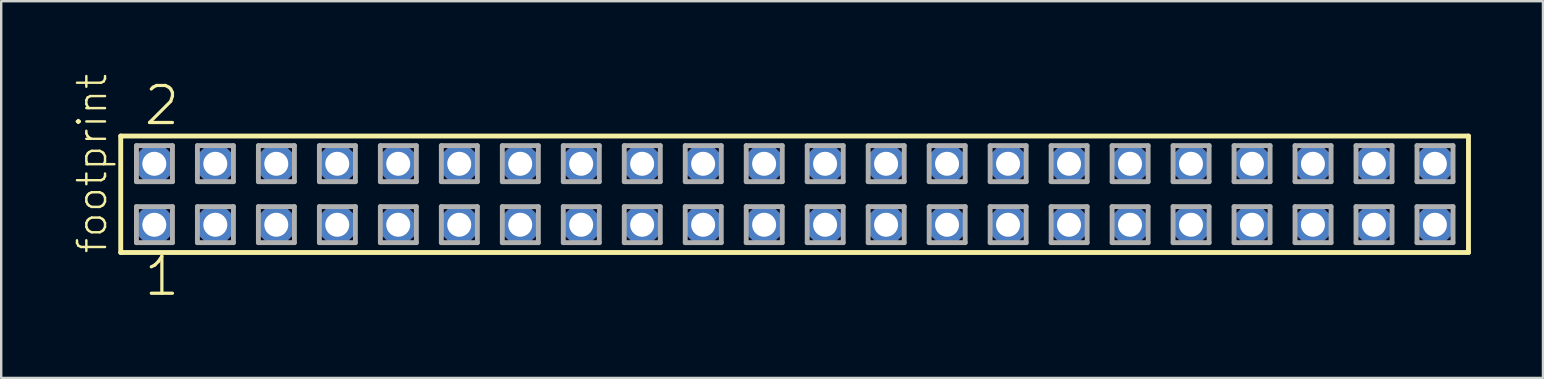
<source format=kicad_pcb>
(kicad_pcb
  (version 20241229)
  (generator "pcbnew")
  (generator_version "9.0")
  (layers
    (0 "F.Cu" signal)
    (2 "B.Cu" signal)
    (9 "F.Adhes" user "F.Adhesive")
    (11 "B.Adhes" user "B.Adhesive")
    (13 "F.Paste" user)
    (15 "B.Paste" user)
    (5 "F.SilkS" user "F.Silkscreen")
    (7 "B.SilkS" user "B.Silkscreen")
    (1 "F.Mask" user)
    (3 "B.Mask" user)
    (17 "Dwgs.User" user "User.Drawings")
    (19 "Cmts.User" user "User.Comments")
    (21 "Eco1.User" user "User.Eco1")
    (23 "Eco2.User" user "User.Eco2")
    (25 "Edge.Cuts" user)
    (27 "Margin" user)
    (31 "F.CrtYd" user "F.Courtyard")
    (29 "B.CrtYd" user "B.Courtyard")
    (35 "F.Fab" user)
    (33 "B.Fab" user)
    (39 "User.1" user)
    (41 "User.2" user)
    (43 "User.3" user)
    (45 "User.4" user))
  (footprint "footprint"
    (layer "F.Cu")
    (at 30.048 5.042)
    (property "Reference" "footprint" (at -28.575 2.54 90) (layer "F.SilkS") (effects (font (size 1.168 1.168) (thickness 0.102)) (justify left bottom)))
    (fp_line (start -28.069 -2.425) (end 28.069 -2.425) (stroke (width 0.203) (type solid)) (layer "F.SilkS"))
    (fp_line (start -28.069 2.425) (end -28.069 -2.425) (stroke (width 0.203) (type solid)) (layer "F.SilkS"))
    (fp_line (start 28.069 -2.425) (end 28.069 2.425) (stroke (width 0.203) (type solid)) (layer "F.SilkS"))
    (fp_line (start 28.069 2.425) (end -28.069 2.425) (stroke (width 0.203) (type solid)) (layer "F.SilkS"))
    (fp_line (start -27.415 -2.025) (end -25.915 -2.025) (stroke (width 0.203) (type solid)) (layer "F.Fab"))
    (fp_line (start -27.415 -0.525) (end -27.415 -2.025) (stroke (width 0.203) (type solid)) (layer "F.Fab"))
    (fp_line (start -27.415 0.515) (end -25.915 0.515) (stroke (width 0.203) (type solid)) (layer "F.Fab"))
    (fp_line (start -27.415 2.015) (end -27.415 0.515) (stroke (width 0.203) (type solid)) (layer "F.Fab"))
    (fp_line (start -25.915 -2.025) (end -25.915 -0.525) (stroke (width 0.203) (type solid)) (layer "F.Fab"))
    (fp_line (start -25.915 -0.525) (end -27.415 -0.525) (stroke (width 0.203) (type solid)) (layer "F.Fab"))
    (fp_line (start -25.915 0.515) (end -25.915 2.015) (stroke (width 0.203) (type solid)) (layer "F.Fab"))
    (fp_line (start -25.915 2.015) (end -27.415 2.015) (stroke (width 0.203) (type solid)) (layer "F.Fab"))
    (fp_line (start -24.875 -2.025) (end -23.375 -2.025) (stroke (width 0.203) (type solid)) (layer "F.Fab"))
    (fp_line (start -24.875 -0.525) (end -24.875 -2.025) (stroke (width 0.203) (type solid)) (layer "F.Fab"))
    (fp_line (start -24.875 0.515) (end -23.375 0.515) (stroke (width 0.203) (type solid)) (layer "F.Fab"))
    (fp_line (start -24.875 2.015) (end -24.875 0.515) (stroke (width 0.203) (type solid)) (layer "F.Fab"))
    (fp_line (start -23.375 -2.025) (end -23.375 -0.525) (stroke (width 0.203) (type solid)) (layer "F.Fab"))
    (fp_line (start -23.375 -0.525) (end -24.875 -0.525) (stroke (width 0.203) (type solid)) (layer "F.Fab"))
    (fp_line (start -23.375 0.515) (end -23.375 2.015) (stroke (width 0.203) (type solid)) (layer "F.Fab"))
    (fp_line (start -23.375 2.015) (end -24.875 2.015) (stroke (width 0.203) (type solid)) (layer "F.Fab"))
    (fp_line (start -22.335 -2.025) (end -20.835 -2.025) (stroke (width 0.203) (type solid)) (layer "F.Fab"))
    (fp_line (start -22.335 -0.525) (end -22.335 -2.025) (stroke (width 0.203) (type solid)) (layer "F.Fab"))
    (fp_line (start -22.335 0.515) (end -20.835 0.515) (stroke (width 0.203) (type solid)) (layer "F.Fab"))
    (fp_line (start -22.335 2.015) (end -22.335 0.515) (stroke (width 0.203) (type solid)) (layer "F.Fab"))
    (fp_line (start -20.835 -2.025) (end -20.835 -0.525) (stroke (width 0.203) (type solid)) (layer "F.Fab"))
    (fp_line (start -20.835 -0.525) (end -22.335 -0.525) (stroke (width 0.203) (type solid)) (layer "F.Fab"))
    (fp_line (start -20.835 0.515) (end -20.835 2.015) (stroke (width 0.203) (type solid)) (layer "F.Fab"))
    (fp_line (start -20.835 2.015) (end -22.335 2.015) (stroke (width 0.203) (type solid)) (layer "F.Fab"))
    (fp_line (start -19.795 -2.025) (end -18.295 -2.025) (stroke (width 0.203) (type solid)) (layer "F.Fab"))
    (fp_line (start -19.795 -0.525) (end -19.795 -2.025) (stroke (width 0.203) (type solid)) (layer "F.Fab"))
    (fp_line (start -19.795 0.515) (end -18.295 0.515) (stroke (width 0.203) (type solid)) (layer "F.Fab"))
    (fp_line (start -19.795 2.015) (end -19.795 0.515) (stroke (width 0.203) (type solid)) (layer "F.Fab"))
    (fp_line (start -18.295 -2.025) (end -18.295 -0.525) (stroke (width 0.203) (type solid)) (layer "F.Fab"))
    (fp_line (start -18.295 -0.525) (end -19.795 -0.525) (stroke (width 0.203) (type solid)) (layer "F.Fab"))
    (fp_line (start -18.295 0.515) (end -18.295 2.015) (stroke (width 0.203) (type solid)) (layer "F.Fab"))
    (fp_line (start -18.295 2.015) (end -19.795 2.015) (stroke (width 0.203) (type solid)) (layer "F.Fab"))
    (fp_line (start -17.255 -2.025) (end -15.755 -2.025) (stroke (width 0.203) (type solid)) (layer "F.Fab"))
    (fp_line (start -17.255 -0.525) (end -17.255 -2.025) (stroke (width 0.203) (type solid)) (layer "F.Fab"))
    (fp_line (start -17.255 0.515) (end -15.755 0.515) (stroke (width 0.203) (type solid)) (layer "F.Fab"))
    (fp_line (start -17.255 2.015) (end -17.255 0.515) (stroke (width 0.203) (type solid)) (layer "F.Fab"))
    (fp_line (start -15.755 -2.025) (end -15.755 -0.525) (stroke (width 0.203) (type solid)) (layer "F.Fab"))
    (fp_line (start -15.755 -0.525) (end -17.255 -0.525) (stroke (width 0.203) (type solid)) (layer "F.Fab"))
    (fp_line (start -15.755 0.515) (end -15.755 2.015) (stroke (width 0.203) (type solid)) (layer "F.Fab"))
    (fp_line (start -15.755 2.015) (end -17.255 2.015) (stroke (width 0.203) (type solid)) (layer "F.Fab"))
    (fp_line (start -14.715 -2.025) (end -13.215 -2.025) (stroke (width 0.203) (type solid)) (layer "F.Fab"))
    (fp_line (start -14.715 -0.525) (end -14.715 -2.025) (stroke (width 0.203) (type solid)) (layer "F.Fab"))
    (fp_line (start -14.715 0.515) (end -13.215 0.515) (stroke (width 0.203) (type solid)) (layer "F.Fab"))
    (fp_line (start -14.715 2.015) (end -14.715 0.515) (stroke (width 0.203) (type solid)) (layer "F.Fab"))
    (fp_line (start -13.215 -2.025) (end -13.215 -0.525) (stroke (width 0.203) (type solid)) (layer "F.Fab"))
    (fp_line (start -13.215 -0.525) (end -14.715 -0.525) (stroke (width 0.203) (type solid)) (layer "F.Fab"))
    (fp_line (start -13.215 0.515) (end -13.215 2.015) (stroke (width 0.203) (type solid)) (layer "F.Fab"))
    (fp_line (start -13.215 2.015) (end -14.715 2.015) (stroke (width 0.203) (type solid)) (layer "F.Fab"))
    (fp_line (start -12.175 -2.025) (end -10.675 -2.025) (stroke (width 0.203) (type solid)) (layer "F.Fab"))
    (fp_line (start -12.175 -0.525) (end -12.175 -2.025) (stroke (width 0.203) (type solid)) (layer "F.Fab"))
    (fp_line (start -12.175 0.515) (end -10.675 0.515) (stroke (width 0.203) (type solid)) (layer "F.Fab"))
    (fp_line (start -12.175 2.015) (end -12.175 0.515) (stroke (width 0.203) (type solid)) (layer "F.Fab"))
    (fp_line (start -10.675 -2.025) (end -10.675 -0.525) (stroke (width 0.203) (type solid)) (layer "F.Fab"))
    (fp_line (start -10.675 -0.525) (end -12.175 -0.525) (stroke (width 0.203) (type solid)) (layer "F.Fab"))
    (fp_line (start -10.675 0.515) (end -10.675 2.015) (stroke (width 0.203) (type solid)) (layer "F.Fab"))
    (fp_line (start -10.675 2.015) (end -12.175 2.015) (stroke (width 0.203) (type solid)) (layer "F.Fab"))
    (fp_line (start -9.635 -2.025) (end -8.135 -2.025) (stroke (width 0.203) (type solid)) (layer "F.Fab"))
    (fp_line (start -9.635 -0.525) (end -9.635 -2.025) (stroke (width 0.203) (type solid)) (layer "F.Fab"))
    (fp_line (start -9.635 0.515) (end -8.135 0.515) (stroke (width 0.203) (type solid)) (layer "F.Fab"))
    (fp_line (start -9.635 2.015) (end -9.635 0.515) (stroke (width 0.203) (type solid)) (layer "F.Fab"))
    (fp_line (start -8.135 -2.025) (end -8.135 -0.525) (stroke (width 0.203) (type solid)) (layer "F.Fab"))
    (fp_line (start -8.135 -0.525) (end -9.635 -0.525) (stroke (width 0.203) (type solid)) (layer "F.Fab"))
    (fp_line (start -8.135 0.515) (end -8.135 2.015) (stroke (width 0.203) (type solid)) (layer "F.Fab"))
    (fp_line (start -8.135 2.015) (end -9.635 2.015) (stroke (width 0.203) (type solid)) (layer "F.Fab"))
    (fp_line (start -7.095 -2.025) (end -5.595 -2.025) (stroke (width 0.203) (type solid)) (layer "F.Fab"))
    (fp_line (start -7.095 -0.525) (end -7.095 -2.025) (stroke (width 0.203) (type solid)) (layer "F.Fab"))
    (fp_line (start -7.095 0.515) (end -5.595 0.515) (stroke (width 0.203) (type solid)) (layer "F.Fab"))
    (fp_line (start -7.095 2.015) (end -7.095 0.515) (stroke (width 0.203) (type solid)) (layer "F.Fab"))
    (fp_line (start -5.595 -2.025) (end -5.595 -0.525) (stroke (width 0.203) (type solid)) (layer "F.Fab"))
    (fp_line (start -5.595 -0.525) (end -7.095 -0.525) (stroke (width 0.203) (type solid)) (layer "F.Fab"))
    (fp_line (start -5.595 0.515) (end -5.595 2.015) (stroke (width 0.203) (type solid)) (layer "F.Fab"))
    (fp_line (start -5.595 2.015) (end -7.095 2.015) (stroke (width 0.203) (type solid)) (layer "F.Fab"))
    (fp_line (start -4.555 -2.025) (end -3.055 -2.025) (stroke (width 0.203) (type solid)) (layer "F.Fab"))
    (fp_line (start -4.555 -0.525) (end -4.555 -2.025) (stroke (width 0.203) (type solid)) (layer "F.Fab"))
    (fp_line (start -4.555 0.515) (end -3.055 0.515) (stroke (width 0.203) (type solid)) (layer "F.Fab"))
    (fp_line (start -4.555 2.015) (end -4.555 0.515) (stroke (width 0.203) (type solid)) (layer "F.Fab"))
    (fp_line (start -3.055 -2.025) (end -3.055 -0.525) (stroke (width 0.203) (type solid)) (layer "F.Fab"))
    (fp_line (start -3.055 -0.525) (end -4.555 -0.525) (stroke (width 0.203) (type solid)) (layer "F.Fab"))
    (fp_line (start -3.055 0.515) (end -3.055 2.015) (stroke (width 0.203) (type solid)) (layer "F.Fab"))
    (fp_line (start -3.055 2.015) (end -4.555 2.015) (stroke (width 0.203) (type solid)) (layer "F.Fab"))
    (fp_line (start -2.015 -2.025) (end -0.515 -2.025) (stroke (width 0.203) (type solid)) (layer "F.Fab"))
    (fp_line (start -2.015 -0.525) (end -2.015 -2.025) (stroke (width 0.203) (type solid)) (layer "F.Fab"))
    (fp_line (start -2.015 0.515) (end -0.515 0.515) (stroke (width 0.203) (type solid)) (layer "F.Fab"))
    (fp_line (start -2.015 2.015) (end -2.015 0.515) (stroke (width 0.203) (type solid)) (layer "F.Fab"))
    (fp_line (start -0.515 -2.025) (end -0.515 -0.525) (stroke (width 0.203) (type solid)) (layer "F.Fab"))
    (fp_line (start -0.515 -0.525) (end -2.015 -0.525) (stroke (width 0.203) (type solid)) (layer "F.Fab"))
    (fp_line (start -0.515 0.515) (end -0.515 2.015) (stroke (width 0.203) (type solid)) (layer "F.Fab"))
    (fp_line (start -0.515 2.015) (end -2.015 2.015) (stroke (width 0.203) (type solid)) (layer "F.Fab"))
    (fp_line (start 0.525 -2.025) (end 2.025 -2.025) (stroke (width 0.203) (type solid)) (layer "F.Fab"))
    (fp_line (start 0.525 -0.525) (end 0.525 -2.025) (stroke (width 0.203) (type solid)) (layer "F.Fab"))
    (fp_line (start 0.525 0.515) (end 2.025 0.515) (stroke (width 0.203) (type solid)) (layer "F.Fab"))
    (fp_line (start 0.525 2.015) (end 0.525 0.515) (stroke (width 0.203) (type solid)) (layer "F.Fab"))
    (fp_line (start 2.025 -2.025) (end 2.025 -0.525) (stroke (width 0.203) (type solid)) (layer "F.Fab"))
    (fp_line (start 2.025 -0.525) (end 0.525 -0.525) (stroke (width 0.203) (type solid)) (layer "F.Fab"))
    (fp_line (start 2.025 0.515) (end 2.025 2.015) (stroke (width 0.203) (type solid)) (layer "F.Fab"))
    (fp_line (start 2.025 2.015) (end 0.525 2.015) (stroke (width 0.203) (type solid)) (layer "F.Fab"))
    (fp_line (start 3.065 -2.025) (end 4.565 -2.025) (stroke (width 0.203) (type solid)) (layer "F.Fab"))
    (fp_line (start 3.065 -0.525) (end 3.065 -2.025) (stroke (width 0.203) (type solid)) (layer "F.Fab"))
    (fp_line (start 3.065 0.515) (end 4.565 0.515) (stroke (width 0.203) (type solid)) (layer "F.Fab"))
    (fp_line (start 3.065 2.015) (end 3.065 0.515) (stroke (width 0.203) (type solid)) (layer "F.Fab"))
    (fp_line (start 4.565 -2.025) (end 4.565 -0.525) (stroke (width 0.203) (type solid)) (layer "F.Fab"))
    (fp_line (start 4.565 -0.525) (end 3.065 -0.525) (stroke (width 0.203) (type solid)) (layer "F.Fab"))
    (fp_line (start 4.565 0.515) (end 4.565 2.015) (stroke (width 0.203) (type solid)) (layer "F.Fab"))
    (fp_line (start 4.565 2.015) (end 3.065 2.015) (stroke (width 0.203) (type solid)) (layer "F.Fab"))
    (fp_line (start 5.605 -2.025) (end 7.105 -2.025) (stroke (width 0.203) (type solid)) (layer "F.Fab"))
    (fp_line (start 5.605 -0.525) (end 5.605 -2.025) (stroke (width 0.203) (type solid)) (layer "F.Fab"))
    (fp_line (start 5.605 0.515) (end 7.105 0.515) (stroke (width 0.203) (type solid)) (layer "F.Fab"))
    (fp_line (start 5.605 2.015) (end 5.605 0.515) (stroke (width 0.203) (type solid)) (layer "F.Fab"))
    (fp_line (start 7.105 -2.025) (end 7.105 -0.525) (stroke (width 0.203) (type solid)) (layer "F.Fab"))
    (fp_line (start 7.105 -0.525) (end 5.605 -0.525) (stroke (width 0.203) (type solid)) (layer "F.Fab"))
    (fp_line (start 7.105 0.515) (end 7.105 2.015) (stroke (width 0.203) (type solid)) (layer "F.Fab"))
    (fp_line (start 7.105 2.015) (end 5.605 2.015) (stroke (width 0.203) (type solid)) (layer "F.Fab"))
    (fp_line (start 8.145 -2.025) (end 9.645 -2.025) (stroke (width 0.203) (type solid)) (layer "F.Fab"))
    (fp_line (start 8.145 -0.525) (end 8.145 -2.025) (stroke (width 0.203) (type solid)) (layer "F.Fab"))
    (fp_line (start 8.145 0.515) (end 9.645 0.515) (stroke (width 0.203) (type solid)) (layer "F.Fab"))
    (fp_line (start 8.145 2.015) (end 8.145 0.515) (stroke (width 0.203) (type solid)) (layer "F.Fab"))
    (fp_line (start 9.645 -2.025) (end 9.645 -0.525) (stroke (width 0.203) (type solid)) (layer "F.Fab"))
    (fp_line (start 9.645 -0.525) (end 8.145 -0.525) (stroke (width 0.203) (type solid)) (layer "F.Fab"))
    (fp_line (start 9.645 0.515) (end 9.645 2.015) (stroke (width 0.203) (type solid)) (layer "F.Fab"))
    (fp_line (start 9.645 2.015) (end 8.145 2.015) (stroke (width 0.203) (type solid)) (layer "F.Fab"))
    (fp_line (start 10.685 -2.025) (end 12.185 -2.025) (stroke (width 0.203) (type solid)) (layer "F.Fab"))
    (fp_line (start 10.685 -0.525) (end 10.685 -2.025) (stroke (width 0.203) (type solid)) (layer "F.Fab"))
    (fp_line (start 10.685 0.515) (end 12.185 0.515) (stroke (width 0.203) (type solid)) (layer "F.Fab"))
    (fp_line (start 10.685 2.015) (end 10.685 0.515) (stroke (width 0.203) (type solid)) (layer "F.Fab"))
    (fp_line (start 12.185 -2.025) (end 12.185 -0.525) (stroke (width 0.203) (type solid)) (layer "F.Fab"))
    (fp_line (start 12.185 -0.525) (end 10.685 -0.525) (stroke (width 0.203) (type solid)) (layer "F.Fab"))
    (fp_line (start 12.185 0.515) (end 12.185 2.015) (stroke (width 0.203) (type solid)) (layer "F.Fab"))
    (fp_line (start 12.185 2.015) (end 10.685 2.015) (stroke (width 0.203) (type solid)) (layer "F.Fab"))
    (fp_line (start 13.225 -2.025) (end 14.725 -2.025) (stroke (width 0.203) (type solid)) (layer "F.Fab"))
    (fp_line (start 13.225 -0.525) (end 13.225 -2.025) (stroke (width 0.203) (type solid)) (layer "F.Fab"))
    (fp_line (start 13.225 0.515) (end 14.725 0.515) (stroke (width 0.203) (type solid)) (layer "F.Fab"))
    (fp_line (start 13.225 2.015) (end 13.225 0.515) (stroke (width 0.203) (type solid)) (layer "F.Fab"))
    (fp_line (start 14.725 -2.025) (end 14.725 -0.525) (stroke (width 0.203) (type solid)) (layer "F.Fab"))
    (fp_line (start 14.725 -0.525) (end 13.225 -0.525) (stroke (width 0.203) (type solid)) (layer "F.Fab"))
    (fp_line (start 14.725 0.515) (end 14.725 2.015) (stroke (width 0.203) (type solid)) (layer "F.Fab"))
    (fp_line (start 14.725 2.015) (end 13.225 2.015) (stroke (width 0.203) (type solid)) (layer "F.Fab"))
    (fp_line (start 15.765 -2.025) (end 17.265 -2.025) (stroke (width 0.203) (type solid)) (layer "F.Fab"))
    (fp_line (start 15.765 -0.525) (end 15.765 -2.025) (stroke (width 0.203) (type solid)) (layer "F.Fab"))
    (fp_line (start 15.765 0.515) (end 17.265 0.515) (stroke (width 0.203) (type solid)) (layer "F.Fab"))
    (fp_line (start 15.765 2.015) (end 15.765 0.515) (stroke (width 0.203) (type solid)) (layer "F.Fab"))
    (fp_line (start 17.265 -2.025) (end 17.265 -0.525) (stroke (width 0.203) (type solid)) (layer "F.Fab"))
    (fp_line (start 17.265 -0.525) (end 15.765 -0.525) (stroke (width 0.203) (type solid)) (layer "F.Fab"))
    (fp_line (start 17.265 0.515) (end 17.265 2.015) (stroke (width 0.203) (type solid)) (layer "F.Fab"))
    (fp_line (start 17.265 2.015) (end 15.765 2.015) (stroke (width 0.203) (type solid)) (layer "F.Fab"))
    (fp_line (start 18.305 -2.025) (end 19.805 -2.025) (stroke (width 0.203) (type solid)) (layer "F.Fab"))
    (fp_line (start 18.305 -0.525) (end 18.305 -2.025) (stroke (width 0.203) (type solid)) (layer "F.Fab"))
    (fp_line (start 18.305 0.515) (end 19.805 0.515) (stroke (width 0.203) (type solid)) (layer "F.Fab"))
    (fp_line (start 18.305 2.015) (end 18.305 0.515) (stroke (width 0.203) (type solid)) (layer "F.Fab"))
    (fp_line (start 19.805 -2.025) (end 19.805 -0.525) (stroke (width 0.203) (type solid)) (layer "F.Fab"))
    (fp_line (start 19.805 -0.525) (end 18.305 -0.525) (stroke (width 0.203) (type solid)) (layer "F.Fab"))
    (fp_line (start 19.805 0.515) (end 19.805 2.015) (stroke (width 0.203) (type solid)) (layer "F.Fab"))
    (fp_line (start 19.805 2.015) (end 18.305 2.015) (stroke (width 0.203) (type solid)) (layer "F.Fab"))
    (fp_line (start 20.845 -2.025) (end 22.345 -2.025) (stroke (width 0.203) (type solid)) (layer "F.Fab"))
    (fp_line (start 20.845 -0.525) (end 20.845 -2.025) (stroke (width 0.203) (type solid)) (layer "F.Fab"))
    (fp_line (start 20.845 0.515) (end 22.345 0.515) (stroke (width 0.203) (type solid)) (layer "F.Fab"))
    (fp_line (start 20.845 2.015) (end 20.845 0.515) (stroke (width 0.203) (type solid)) (layer "F.Fab"))
    (fp_line (start 22.345 -2.025) (end 22.345 -0.525) (stroke (width 0.203) (type solid)) (layer "F.Fab"))
    (fp_line (start 22.345 -0.525) (end 20.845 -0.525) (stroke (width 0.203) (type solid)) (layer "F.Fab"))
    (fp_line (start 22.345 0.515) (end 22.345 2.015) (stroke (width 0.203) (type solid)) (layer "F.Fab"))
    (fp_line (start 22.345 2.015) (end 20.845 2.015) (stroke (width 0.203) (type solid)) (layer "F.Fab"))
    (fp_line (start 23.385 -2.025) (end 24.885 -2.025) (stroke (width 0.203) (type solid)) (layer "F.Fab"))
    (fp_line (start 23.385 -0.525) (end 23.385 -2.025) (stroke (width 0.203) (type solid)) (layer "F.Fab"))
    (fp_line (start 23.385 0.515) (end 24.885 0.515) (stroke (width 0.203) (type solid)) (layer "F.Fab"))
    (fp_line (start 23.385 2.015) (end 23.385 0.515) (stroke (width 0.203) (type solid)) (layer "F.Fab"))
    (fp_line (start 24.885 -2.025) (end 24.885 -0.525) (stroke (width 0.203) (type solid)) (layer "F.Fab"))
    (fp_line (start 24.885 -0.525) (end 23.385 -0.525) (stroke (width 0.203) (type solid)) (layer "F.Fab"))
    (fp_line (start 24.885 0.515) (end 24.885 2.015) (stroke (width 0.203) (type solid)) (layer "F.Fab"))
    (fp_line (start 24.885 2.015) (end 23.385 2.015) (stroke (width 0.203) (type solid)) (layer "F.Fab"))
    (fp_line (start 25.925 -2.025) (end 27.425 -2.025) (stroke (width 0.203) (type solid)) (layer "F.Fab"))
    (fp_line (start 25.925 -0.525) (end 25.925 -2.025) (stroke (width 0.203) (type solid)) (layer "F.Fab"))
    (fp_line (start 25.925 0.515) (end 27.425 0.515) (stroke (width 0.203) (type solid)) (layer "F.Fab"))
    (fp_line (start 25.925 2.015) (end 25.925 0.515) (stroke (width 0.203) (type solid)) (layer "F.Fab"))
    (fp_line (start 27.425 -2.025) (end 27.425 -0.525) (stroke (width 0.203) (type solid)) (layer "F.Fab"))
    (fp_line (start 27.425 -0.525) (end 25.925 -0.525) (stroke (width 0.203) (type solid)) (layer "F.Fab"))
    (fp_line (start 27.425 0.515) (end 27.425 2.015) (stroke (width 0.203) (type solid)) (layer "F.Fab"))
    (fp_line (start 27.425 2.015) (end 25.925 2.015) (stroke (width 0.203) (type solid)) (layer "F.Fab"))
    (fp_text user "2" (at -27.178 -2.794 0) (layer "F.SilkS") (effects (font (size 1.542 1.542) (thickness 0.134)) (justify left bottom)))
    (fp_text user "1" (at -27.178 4.318 0) (layer "F.SilkS") (effects (font (size 1.542 1.542) (thickness 0.134)) (justify left bottom)))
    (pad "1" thru_hole roundrect (at -26.67 1.27) (size 1.5 1.5) (drill 1) (layers "*.Cu" "*.Mask") (roundrect_rratio 0.25) (chamfer_ratio 0.25) (chamfer top_left top_right bottom_left bottom_right))
    (pad "2" thru_hole roundrect (at -26.67 -1.27) (size 1.5 1.5) (drill 1) (layers "*.Cu" "*.Mask") (roundrect_rratio 0.25) (chamfer_ratio 0.25) (chamfer top_left top_right bottom_left bottom_right))
    (pad "3" thru_hole roundrect (at -24.13 1.27) (size 1.5 1.5) (drill 1) (layers "*.Cu" "*.Mask") (roundrect_rratio 0.25) (chamfer_ratio 0.25) (chamfer top_left top_right bottom_left bottom_right))
    (pad "4" thru_hole roundrect (at -24.13 -1.27) (size 1.5 1.5) (drill 1) (layers "*.Cu" "*.Mask") (roundrect_rratio 0.25) (chamfer_ratio 0.25) (chamfer top_left top_right bottom_left bottom_right))
    (pad "5" thru_hole roundrect (at -21.59 1.27) (size 1.5 1.5) (drill 1) (layers "*.Cu" "*.Mask") (roundrect_rratio 0.25) (chamfer_ratio 0.25) (chamfer top_left top_right bottom_left bottom_right))
    (pad "6" thru_hole roundrect (at -21.59 -1.27) (size 1.5 1.5) (drill 1) (layers "*.Cu" "*.Mask") (roundrect_rratio 0.25) (chamfer_ratio 0.25) (chamfer top_left top_right bottom_left bottom_right))
    (pad "7" thru_hole roundrect (at -19.05 1.27) (size 1.5 1.5) (drill 1) (layers "*.Cu" "*.Mask") (roundrect_rratio 0.25) (chamfer_ratio 0.25) (chamfer top_left top_right bottom_left bottom_right))
    (pad "8" thru_hole roundrect (at -19.05 -1.27) (size 1.5 1.5) (drill 1) (layers "*.Cu" "*.Mask") (roundrect_rratio 0.25) (chamfer_ratio 0.25) (chamfer top_left top_right bottom_left bottom_right))
    (pad "9" thru_hole roundrect (at -16.51 1.27) (size 1.5 1.5) (drill 1) (layers "*.Cu" "*.Mask") (roundrect_rratio 0.25) (chamfer_ratio 0.25) (chamfer top_left top_right bottom_left bottom_right))
    (pad "10" thru_hole roundrect (at -16.51 -1.27) (size 1.5 1.5) (drill 1) (layers "*.Cu" "*.Mask") (roundrect_rratio 0.25) (chamfer_ratio 0.25) (chamfer top_left top_right bottom_left bottom_right))
    (pad "11" thru_hole roundrect (at -13.97 1.27) (size 1.5 1.5) (drill 1) (layers "*.Cu" "*.Mask") (roundrect_rratio 0.25) (chamfer_ratio 0.25) (chamfer top_left top_right bottom_left bottom_right))
    (pad "12" thru_hole roundrect (at -13.97 -1.27) (size 1.5 1.5) (drill 1) (layers "*.Cu" "*.Mask") (roundrect_rratio 0.25) (chamfer_ratio 0.25) (chamfer top_left top_right bottom_left bottom_right))
    (pad "13" thru_hole roundrect (at -11.43 1.27) (size 1.5 1.5) (drill 1) (layers "*.Cu" "*.Mask") (roundrect_rratio 0.25) (chamfer_ratio 0.25) (chamfer top_left top_right bottom_left bottom_right))
    (pad "14" thru_hole roundrect (at -11.43 -1.27) (size 1.5 1.5) (drill 1) (layers "*.Cu" "*.Mask") (roundrect_rratio 0.25) (chamfer_ratio 0.25) (chamfer top_left top_right bottom_left bottom_right))
    (pad "15" thru_hole roundrect (at -8.89 1.27) (size 1.5 1.5) (drill 1) (layers "*.Cu" "*.Mask") (roundrect_rratio 0.25) (chamfer_ratio 0.25) (chamfer top_left top_right bottom_left bottom_right))
    (pad "16" thru_hole roundrect (at -8.89 -1.27) (size 1.5 1.5) (drill 1) (layers "*.Cu" "*.Mask") (roundrect_rratio 0.25) (chamfer_ratio 0.25) (chamfer top_left top_right bottom_left bottom_right))
    (pad "17" thru_hole roundrect (at -6.35 1.27) (size 1.5 1.5) (drill 1) (layers "*.Cu" "*.Mask") (roundrect_rratio 0.25) (chamfer_ratio 0.25) (chamfer top_left top_right bottom_left bottom_right))
    (pad "18" thru_hole roundrect (at -6.35 -1.27) (size 1.5 1.5) (drill 1) (layers "*.Cu" "*.Mask") (roundrect_rratio 0.25) (chamfer_ratio 0.25) (chamfer top_left top_right bottom_left bottom_right))
    (pad "19" thru_hole roundrect (at -3.81 1.27) (size 1.5 1.5) (drill 1) (layers "*.Cu" "*.Mask") (roundrect_rratio 0.25) (chamfer_ratio 0.25) (chamfer top_left top_right bottom_left bottom_right))
    (pad "20" thru_hole roundrect (at -3.81 -1.27) (size 1.5 1.5) (drill 1) (layers "*.Cu" "*.Mask") (roundrect_rratio 0.25) (chamfer_ratio 0.25) (chamfer top_left top_right bottom_left bottom_right))
    (pad "21" thru_hole roundrect (at -1.27 1.27) (size 1.5 1.5) (drill 1) (layers "*.Cu" "*.Mask") (roundrect_rratio 0.25) (chamfer_ratio 0.25) (chamfer top_left top_right bottom_left bottom_right))
    (pad "22" thru_hole roundrect (at -1.27 -1.27) (size 1.5 1.5) (drill 1) (layers "*.Cu" "*.Mask") (roundrect_rratio 0.25) (chamfer_ratio 0.25) (chamfer top_left top_right bottom_left bottom_right))
    (pad "23" thru_hole roundrect (at 1.27 1.27) (size 1.5 1.5) (drill 1) (layers "*.Cu" "*.Mask") (roundrect_rratio 0.25) (chamfer_ratio 0.25) (chamfer top_left top_right bottom_left bottom_right))
    (pad "24" thru_hole roundrect (at 1.27 -1.27) (size 1.5 1.5) (drill 1) (layers "*.Cu" "*.Mask") (roundrect_rratio 0.25) (chamfer_ratio 0.25) (chamfer top_left top_right bottom_left bottom_right))
    (pad "25" thru_hole roundrect (at 3.81 1.27) (size 1.5 1.5) (drill 1) (layers "*.Cu" "*.Mask") (roundrect_rratio 0.25) (chamfer_ratio 0.25) (chamfer top_left top_right bottom_left bottom_right))
    (pad "26" thru_hole roundrect (at 3.81 -1.27) (size 1.5 1.5) (drill 1) (layers "*.Cu" "*.Mask") (roundrect_rratio 0.25) (chamfer_ratio 0.25) (chamfer top_left top_right bottom_left bottom_right))
    (pad "27" thru_hole roundrect (at 6.35 1.27) (size 1.5 1.5) (drill 1) (layers "*.Cu" "*.Mask") (roundrect_rratio 0.25) (chamfer_ratio 0.25) (chamfer top_left top_right bottom_left bottom_right))
    (pad "28" thru_hole roundrect (at 6.35 -1.27) (size 1.5 1.5) (drill 1) (layers "*.Cu" "*.Mask") (roundrect_rratio 0.25) (chamfer_ratio 0.25) (chamfer top_left top_right bottom_left bottom_right))
    (pad "29" thru_hole roundrect (at 8.89 1.27) (size 1.5 1.5) (drill 1) (layers "*.Cu" "*.Mask") (roundrect_rratio 0.25) (chamfer_ratio 0.25) (chamfer top_left top_right bottom_left bottom_right))
    (pad "30" thru_hole roundrect (at 8.89 -1.27) (size 1.5 1.5) (drill 1) (layers "*.Cu" "*.Mask") (roundrect_rratio 0.25) (chamfer_ratio 0.25) (chamfer top_left top_right bottom_left bottom_right))
    (pad "31" thru_hole roundrect (at 11.43 1.27) (size 1.5 1.5) (drill 1) (layers "*.Cu" "*.Mask") (roundrect_rratio 0.25) (chamfer_ratio 0.25) (chamfer top_left top_right bottom_left bottom_right))
    (pad "32" thru_hole roundrect (at 11.43 -1.27) (size 1.5 1.5) (drill 1) (layers "*.Cu" "*.Mask") (roundrect_rratio 0.25) (chamfer_ratio 0.25) (chamfer top_left top_right bottom_left bottom_right))
    (pad "33" thru_hole roundrect (at 13.97 1.27) (size 1.5 1.5) (drill 1) (layers "*.Cu" "*.Mask") (roundrect_rratio 0.25) (chamfer_ratio 0.25) (chamfer top_left top_right bottom_left bottom_right))
    (pad "34" thru_hole roundrect (at 13.97 -1.27) (size 1.5 1.5) (drill 1) (layers "*.Cu" "*.Mask") (roundrect_rratio 0.25) (chamfer_ratio 0.25) (chamfer top_left top_right bottom_left bottom_right))
    (pad "35" thru_hole roundrect (at 16.51 1.27) (size 1.5 1.5) (drill 1) (layers "*.Cu" "*.Mask") (roundrect_rratio 0.25) (chamfer_ratio 0.25) (chamfer top_left top_right bottom_left bottom_right))
    (pad "36" thru_hole roundrect (at 16.51 -1.27) (size 1.5 1.5) (drill 1) (layers "*.Cu" "*.Mask") (roundrect_rratio 0.25) (chamfer_ratio 0.25) (chamfer top_left top_right bottom_left bottom_right))
    (pad "37" thru_hole roundrect (at 19.05 1.27) (size 1.5 1.5) (drill 1) (layers "*.Cu" "*.Mask") (roundrect_rratio 0.25) (chamfer_ratio 0.25) (chamfer top_left top_right bottom_left bottom_right))
    (pad "38" thru_hole roundrect (at 19.05 -1.27) (size 1.5 1.5) (drill 1) (layers "*.Cu" "*.Mask") (roundrect_rratio 0.25) (chamfer_ratio 0.25) (chamfer top_left top_right bottom_left bottom_right))
    (pad "39" thru_hole roundrect (at 21.59 1.27) (size 1.5 1.5) (drill 1) (layers "*.Cu" "*.Mask") (roundrect_rratio 0.25) (chamfer_ratio 0.25) (chamfer top_left top_right bottom_left bottom_right))
    (pad "40" thru_hole roundrect (at 21.59 -1.27) (size 1.5 1.5) (drill 1) (layers "*.Cu" "*.Mask") (roundrect_rratio 0.25) (chamfer_ratio 0.25) (chamfer top_left top_right bottom_left bottom_right))
    (pad "41" thru_hole roundrect (at 24.13 1.27) (size 1.5 1.5) (drill 1) (layers "*.Cu" "*.Mask") (roundrect_rratio 0.25) (chamfer_ratio 0.25) (chamfer top_left top_right bottom_left bottom_right))
    (pad "42" thru_hole roundrect (at 24.13 -1.27) (size 1.5 1.5) (drill 1) (layers "*.Cu" "*.Mask") (roundrect_rratio 0.25) (chamfer_ratio 0.25) (chamfer top_left top_right bottom_left bottom_right))
    (pad "43" thru_hole roundrect (at 26.67 1.27) (size 1.5 1.5) (drill 1) (layers "*.Cu" "*.Mask") (roundrect_rratio 0.25) (chamfer_ratio 0.25) (chamfer top_left top_right bottom_left bottom_right))
    (pad "44" thru_hole roundrect (at 26.67 -1.27) (size 1.5 1.5) (drill 1) (layers "*.Cu" "*.Mask") (roundrect_rratio 0.25) (chamfer_ratio 0.25) (chamfer top_left top_right bottom_left bottom_right)))
  (gr_rect
    (start -3 -3)
    (end 61.219 12.691)
    (stroke (width 0.1) (type default))
    (fill no)
    (layer "Edge.Cuts")))
</source>
